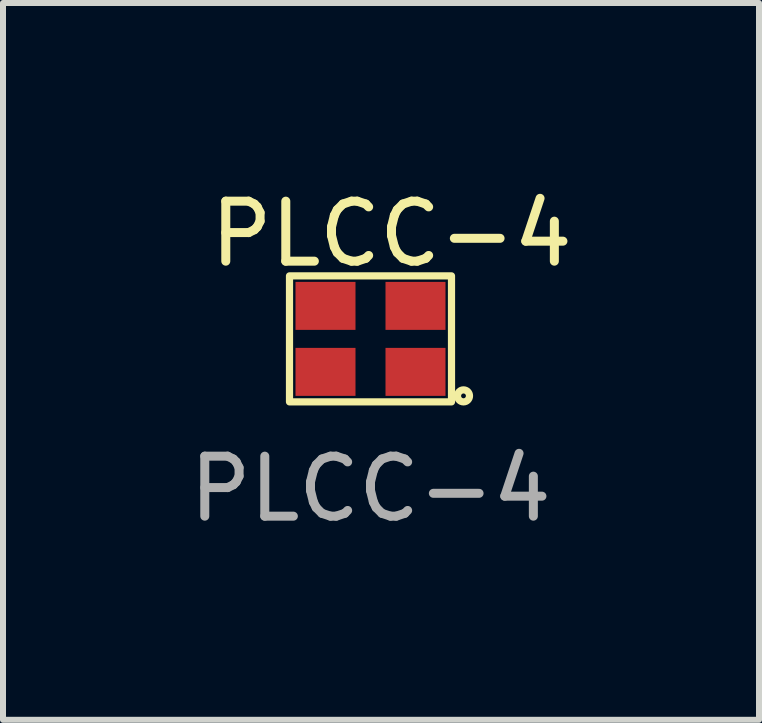
<source format=kicad_pcb>
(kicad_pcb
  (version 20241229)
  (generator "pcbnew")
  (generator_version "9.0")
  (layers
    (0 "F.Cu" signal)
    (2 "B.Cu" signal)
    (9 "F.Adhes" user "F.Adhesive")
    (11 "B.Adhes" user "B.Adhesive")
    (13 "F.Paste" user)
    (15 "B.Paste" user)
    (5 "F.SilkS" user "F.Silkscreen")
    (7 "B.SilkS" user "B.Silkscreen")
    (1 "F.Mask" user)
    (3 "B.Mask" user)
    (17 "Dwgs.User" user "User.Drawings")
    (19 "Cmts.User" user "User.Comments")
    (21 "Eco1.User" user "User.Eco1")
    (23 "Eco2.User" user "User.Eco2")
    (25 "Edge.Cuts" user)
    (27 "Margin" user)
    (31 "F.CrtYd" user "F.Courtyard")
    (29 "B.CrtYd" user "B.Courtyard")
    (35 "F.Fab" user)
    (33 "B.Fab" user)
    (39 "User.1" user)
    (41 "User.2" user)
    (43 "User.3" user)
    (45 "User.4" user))
  (footprint "PLCC-4"
    (layer "F.Cu")
    (at 3.125 2.598)
    (property "Reference" "PLCC-4" (at 0.35 -1.75 0) (unlocked yes) (layer "F.SilkS") (effects (font (size 1 1) (thickness 0.15))))
    (attr smd)
    (fp_rect (start -1.35 -1.05) (end 1.35 1.05) (stroke (width 0.12) (type solid)) (fill no) (layer "F.SilkS"))
    (fp_circle (center 1.55 0.95) (end 1.65 0.95) (stroke (width 0.12) (type solid)) (fill no) (layer "F.SilkS"))
    (fp_text user "${REFERENCE}" (at 0 2.5 0) (unlocked yes) (layer "F.Fab") (effects (font (size 1 1) (thickness 0.15))))
    (pad "1" smd rect (at 0.75 0.55) (size 1 0.8) (layers "F.Cu" "F.Mask" "F.Paste"))
    (pad "2" smd rect (at -0.75 0.55) (size 1 0.8) (layers "F.Cu" "F.Mask" "F.Paste"))
    (pad "3" smd rect (at -0.75 -0.55) (size 1 0.8) (layers "F.Cu" "F.Mask" "F.Paste"))
    (pad "4" smd rect (at 0.75 -0.55) (size 1 0.8) (layers "F.Cu" "F.Mask" "F.Paste")))
  (gr_rect
    (start -3 -3)
    (end 9.6 8.947)
    (stroke (width 0.1) (type default))
    (fill no)
    (layer "Edge.Cuts")))
</source>
